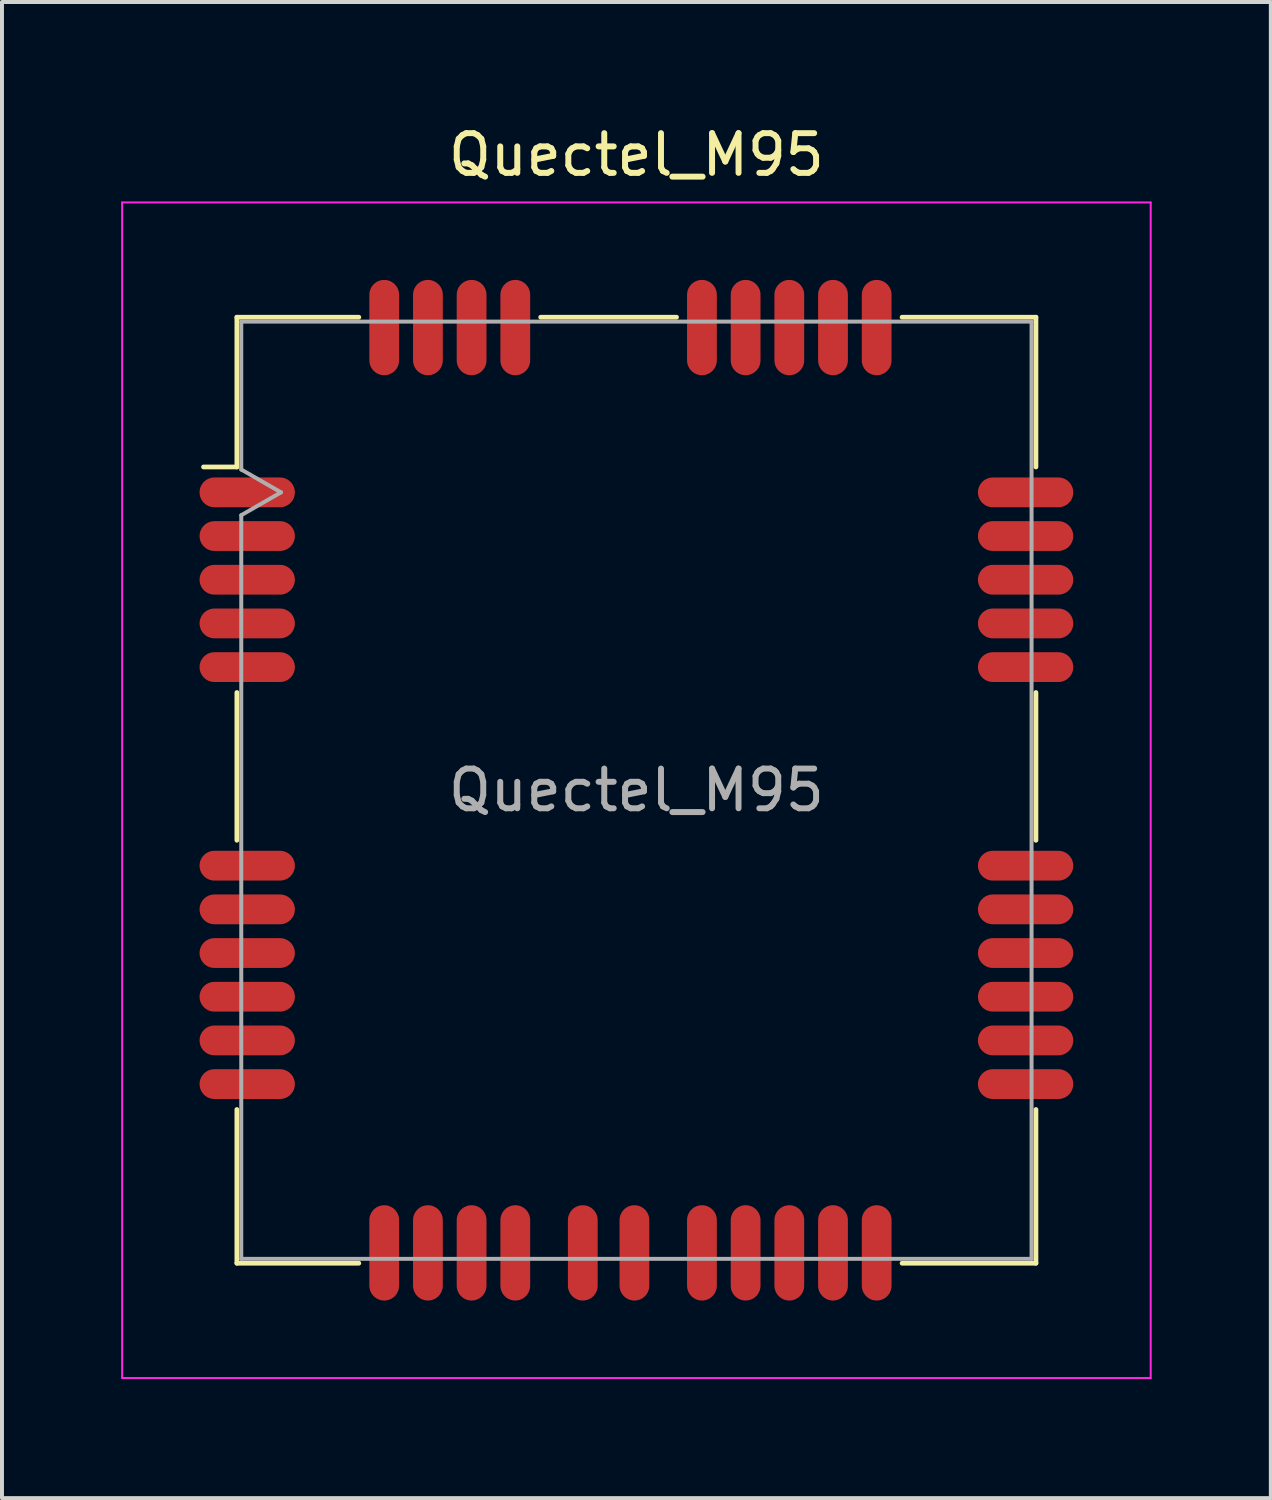
<source format=kicad_pcb>
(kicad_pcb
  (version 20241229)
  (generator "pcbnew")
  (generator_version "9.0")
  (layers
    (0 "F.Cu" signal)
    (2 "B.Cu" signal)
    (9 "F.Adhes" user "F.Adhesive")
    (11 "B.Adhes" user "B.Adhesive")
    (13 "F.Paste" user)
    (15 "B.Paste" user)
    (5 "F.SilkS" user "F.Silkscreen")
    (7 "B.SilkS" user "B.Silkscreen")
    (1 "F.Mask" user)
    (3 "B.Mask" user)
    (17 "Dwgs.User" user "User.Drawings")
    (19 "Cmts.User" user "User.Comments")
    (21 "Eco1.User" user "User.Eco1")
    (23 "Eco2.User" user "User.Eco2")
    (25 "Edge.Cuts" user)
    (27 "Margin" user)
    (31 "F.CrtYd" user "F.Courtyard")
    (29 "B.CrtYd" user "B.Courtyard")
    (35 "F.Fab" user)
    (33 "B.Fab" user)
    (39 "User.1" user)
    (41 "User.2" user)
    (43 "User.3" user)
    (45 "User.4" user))
  (footprint "Quectel_M95"
    (layer "F.Cu")
    (at 12.975 16.848)
    (property "Reference" "Quectel_M95" (at 0 -16 0) (layer "F.SilkS") (effects (font (size 1 1) (thickness 0.15))))
    (attr smd)
    (fp_line (start -10.06 -11.91) (end -6.99 -11.91) (stroke (width 0.12) (type solid)) (layer "F.SilkS"))
    (fp_line (start -10.06 -8.14) (end -10.9 -8.14) (stroke (width 0.12) (type solid)) (layer "F.SilkS"))
    (fp_line (start -10.06 -8.14) (end -10.06 -11.91) (stroke (width 0.12) (type solid)) (layer "F.SilkS"))
    (fp_line (start -10.06 -2.46) (end -10.06 1.26) (stroke (width 0.12) (type solid)) (layer "F.SilkS"))
    (fp_line (start -10.06 11.91) (end -10.06 8.04) (stroke (width 0.12) (type solid)) (layer "F.SilkS"))
    (fp_line (start -10.06 11.91) (end -6.99 11.91) (stroke (width 0.12) (type solid)) (layer "F.SilkS"))
    (fp_line (start -2.41 -11.91) (end 1.01 -11.91) (stroke (width 0.12) (type solid)) (layer "F.SilkS"))
    (fp_line (start 6.69 -11.91) (end 10.06 -11.91) (stroke (width 0.12) (type solid)) (layer "F.SilkS"))
    (fp_line (start 6.69 11.91) (end 10.06 11.91) (stroke (width 0.12) (type solid)) (layer "F.SilkS"))
    (fp_line (start 10.06 -8.14) (end 10.06 -11.91) (stroke (width 0.12) (type solid)) (layer "F.SilkS"))
    (fp_line (start 10.06 -2.46) (end 10.06 1.26) (stroke (width 0.12) (type solid)) (layer "F.SilkS"))
    (fp_line (start 10.06 11.91) (end 10.06 8.04) (stroke (width 0.12) (type solid)) (layer "F.SilkS"))
    (fp_line (start -12.95 -14.8) (end -12.95 14.8) (stroke (width 0.05) (type solid)) (layer "F.CrtYd"))
    (fp_line (start -12.95 -14.8) (end 12.95 -14.8) (stroke (width 0.05) (type solid)) (layer "F.CrtYd"))
    (fp_line (start -12.95 14.8) (end 12.95 14.8) (stroke (width 0.05) (type solid)) (layer "F.CrtYd"))
    (fp_line (start 12.95 -14.8) (end 12.95 14.8) (stroke (width 0.05) (type solid)) (layer "F.CrtYd"))
    (fp_line (start -9.95 -11.8) (end -9.95 -8.075) (stroke (width 0.1) (type solid)) (layer "F.Fab"))
    (fp_line (start -9.95 -11.8) (end 9.95 -11.8) (stroke (width 0.1) (type solid)) (layer "F.Fab"))
    (fp_line (start -9.95 -8.075) (end -8.95 -7.5) (stroke (width 0.1) (type solid)) (layer "F.Fab"))
    (fp_line (start -9.95 -6.925) (end -9.95 11.8) (stroke (width 0.1) (type solid)) (layer "F.Fab"))
    (fp_line (start -8.95 -7.5) (end -9.95 -6.925) (stroke (width 0.1) (type solid)) (layer "F.Fab"))
    (fp_line (start 9.95 -11.8) (end 9.95 11.8) (stroke (width 0.1) (type solid)) (layer "F.Fab"))
    (fp_line (start 9.95 11.8) (end -9.95 11.8) (stroke (width 0.1) (type solid)) (layer "F.Fab"))
    (fp_text user "${REFERENCE}" (at 0 0 0) (layer "F.Fab") (effects (font (size 1 1) (thickness 0.15))))
    (pad "" smd oval (at -10.1 -7.5) (size 2.8 0.675) (layers "F.Paste"))
    (pad "" smd oval (at -10.1 -6.4) (size 2.8 0.675) (layers "F.Paste"))
    (pad "" smd oval (at -10.1 -5.3) (size 2.8 0.675) (layers "F.Paste"))
    (pad "" smd oval (at -10.1 -4.2) (size 2.8 0.675) (layers "F.Paste"))
    (pad "" smd oval (at -10.1 -3.1) (size 2.8 0.675) (layers "F.Paste"))
    (pad "" smd oval (at -10.1 1.9) (size 2.8 0.675) (layers "F.Paste"))
    (pad "" smd oval (at -10.1 3) (size 2.8 0.675) (layers "F.Paste"))
    (pad "" smd oval (at -10.1 4.1) (size 2.8 0.675) (layers "F.Paste"))
    (pad "" smd oval (at -10.1 5.2) (size 2.8 0.675) (layers "F.Paste"))
    (pad "" smd oval (at -10.1 6.3) (size 2.8 0.675) (layers "F.Paste"))
    (pad "" smd oval (at -10.1 7.4) (size 2.8 0.675) (layers "F.Paste"))
    (pad "" smd oval (at -6.35 -11.95) (size 0.675 2.8) (layers "F.Paste"))
    (pad "" smd oval (at -6.35 11.95) (size 0.675 2.8) (layers "F.Paste"))
    (pad "" smd oval (at -5.25 -11.95) (size 0.675 2.8) (layers "F.Paste"))
    (pad "" smd oval (at -5.25 11.95) (size 0.675 2.8) (layers "F.Paste"))
    (pad "" smd oval (at -4.15 -11.95) (size 0.675 2.8) (layers "F.Paste"))
    (pad "" smd oval (at -4.15 11.95) (size 0.675 2.8) (layers "F.Paste"))
    (pad "" smd oval (at -3.05 -11.95) (size 0.675 2.8) (layers "F.Paste"))
    (pad "" smd oval (at -3.05 11.95) (size 0.675 2.8) (layers "F.Paste"))
    (pad "" smd oval (at -1.35 11.95) (size 0.675 2.8) (layers "F.Paste"))
    (pad "" smd oval (at -0.05 11.95) (size 0.675 2.8) (layers "F.Paste"))
    (pad "" smd oval (at 1.65 -11.95) (size 0.675 2.8) (layers "F.Paste"))
    (pad "" smd oval (at 1.65 11.95) (size 0.675 2.8) (layers "F.Paste"))
    (pad "" smd oval (at 2.75 -11.95) (size 0.675 2.8) (layers "F.Paste"))
    (pad "" smd oval (at 2.75 11.95) (size 0.675 2.8) (layers "F.Paste"))
    (pad "" smd oval (at 3.85 -11.95) (size 0.675 2.8) (layers "F.Paste"))
    (pad "" smd oval (at 3.85 11.95) (size 0.675 2.8) (layers "F.Paste"))
    (pad "" smd oval (at 4.95 -11.95) (size 0.675 2.8) (layers "F.Paste"))
    (pad "" smd oval (at 4.95 11.95) (size 0.675 2.8) (layers "F.Paste"))
    (pad "" smd oval (at 6.05 -11.95) (size 0.675 2.8) (layers "F.Paste"))
    (pad "" smd oval (at 6.05 11.95) (size 0.675 2.8) (layers "F.Paste"))
    (pad "" smd oval (at 10.1 -7.5) (size 2.8 0.675) (layers "F.Paste"))
    (pad "" smd oval (at 10.1 -6.4) (size 2.8 0.675) (layers "F.Paste"))
    (pad "" smd oval (at 10.1 -5.3) (size 2.8 0.675) (layers "F.Paste"))
    (pad "" smd oval (at 10.1 -4.2) (size 2.8 0.675) (layers "F.Paste"))
    (pad "" smd oval (at 10.1 -3.1) (size 2.8 0.675) (layers "F.Paste"))
    (pad "" smd oval (at 10.1 1.9) (size 2.8 0.675) (layers "F.Paste"))
    (pad "" smd oval (at 10.1 3) (size 2.8 0.675) (layers "F.Paste"))
    (pad "" smd oval (at 10.1 4.1) (size 2.8 0.675) (layers "F.Paste"))
    (pad "" smd oval (at 10.1 5.2) (size 2.8 0.675) (layers "F.Paste"))
    (pad "" smd oval (at 10.1 6.3) (size 2.8 0.675) (layers "F.Paste"))
    (pad "" smd oval (at 10.1 7.4) (size 2.8 0.675) (layers "F.Paste"))
    (pad "1" smd oval (at -9.8 -7.5) (size 2.4 0.75) (layers "F.Cu" "F.Mask"))
    (pad "2" smd oval (at -9.8 -6.4) (size 2.4 0.75) (layers "F.Cu" "F.Mask"))
    (pad "3" smd oval (at -9.8 -5.3) (size 2.4 0.75) (layers "F.Cu" "F.Mask"))
    (pad "4" smd oval (at -9.8 -4.2) (size 2.4 0.75) (layers "F.Cu" "F.Mask"))
    (pad "5" smd oval (at -9.8 -3.1) (size 2.4 0.75) (layers "F.Cu" "F.Mask"))
    (pad "6" smd oval (at -9.8 1.9) (size 2.4 0.75) (layers "F.Cu" "F.Mask"))
    (pad "7" smd oval (at -9.8 3) (size 2.4 0.75) (layers "F.Cu" "F.Mask"))
    (pad "8" smd oval (at -9.8 4.1) (size 2.4 0.75) (layers "F.Cu" "F.Mask"))
    (pad "9" smd oval (at -9.8 5.2) (size 2.4 0.75) (layers "F.Cu" "F.Mask"))
    (pad "10" smd oval (at -9.8 6.3) (size 2.4 0.75) (layers "F.Cu" "F.Mask"))
    (pad "11" smd oval (at -9.8 7.4) (size 2.4 0.75) (layers "F.Cu" "F.Mask"))
    (pad "12" smd oval (at -6.35 11.65) (size 0.75 2.4) (layers "F.Cu" "F.Mask"))
    (pad "13" smd oval (at -5.25 11.65) (size 0.75 2.4) (layers "F.Cu" "F.Mask"))
    (pad "14" smd oval (at -4.15 11.65) (size 0.75 2.4) (layers "F.Cu" "F.Mask"))
    (pad "15" smd oval (at -3.05 11.65) (size 0.75 2.4) (layers "F.Cu" "F.Mask"))
    (pad "16" smd oval (at 1.65 11.65) (size 0.75 2.4) (layers "F.Cu" "F.Mask"))
    (pad "17" smd oval (at 2.75 11.65) (size 0.75 2.4) (layers "F.Cu" "F.Mask"))
    (pad "18" smd oval (at 3.85 11.65) (size 0.75 2.4) (layers "F.Cu" "F.Mask"))
    (pad "19" smd oval (at 4.95 11.65) (size 0.75 2.4) (layers "F.Cu" "F.Mask"))
    (pad "20" smd oval (at 6.05 11.65) (size 0.75 2.4) (layers "F.Cu" "F.Mask"))
    (pad "21" smd oval (at 9.8 7.4) (size 2.4 0.75) (layers "F.Cu" "F.Mask"))
    (pad "22" smd oval (at 9.8 6.3) (size 2.4 0.75) (layers "F.Cu" "F.Mask"))
    (pad "23" smd oval (at 9.8 5.2) (size 2.4 0.75) (layers "F.Cu" "F.Mask"))
    (pad "24" smd oval (at 9.8 4.1) (size 2.4 0.75) (layers "F.Cu" "F.Mask"))
    (pad "25" smd oval (at 9.8 3) (size 2.4 0.75) (layers "F.Cu" "F.Mask"))
    (pad "26" smd oval (at 9.8 1.9) (size 2.4 0.75) (layers "F.Cu" "F.Mask"))
    (pad "27" smd oval (at 9.8 -3.1) (size 2.4 0.75) (layers "F.Cu" "F.Mask"))
    (pad "28" smd oval (at 9.8 -4.2) (size 2.4 0.75) (layers "F.Cu" "F.Mask"))
    (pad "29" smd oval (at 9.8 -5.3) (size 2.4 0.75) (layers "F.Cu" "F.Mask"))
    (pad "30" smd oval (at 9.8 -6.4) (size 2.4 0.75) (layers "F.Cu" "F.Mask"))
    (pad "31" smd oval (at 9.8 -7.5) (size 2.4 0.75) (layers "F.Cu" "F.Mask"))
    (pad "32" smd oval (at 6.05 -11.65) (size 0.75 2.4) (layers "F.Cu" "F.Mask"))
    (pad "33" smd oval (at 4.95 -11.65) (size 0.75 2.4) (layers "F.Cu" "F.Mask"))
    (pad "34" smd oval (at 3.85 -11.65) (size 0.75 2.4) (layers "F.Cu" "F.Mask"))
    (pad "35" smd oval (at 2.75 -11.65) (size 0.75 2.4) (layers "F.Cu" "F.Mask"))
    (pad "36" smd oval (at 1.65 -11.65) (size 0.75 2.4) (layers "F.Cu" "F.Mask"))
    (pad "37" smd oval (at -3.05 -11.65) (size 0.75 2.4) (layers "F.Cu" "F.Mask"))
    (pad "38" smd oval (at -4.15 -11.65) (size 0.75 2.4) (layers "F.Cu" "F.Mask"))
    (pad "39" smd oval (at -5.25 -11.65) (size 0.75 2.4) (layers "F.Cu" "F.Mask"))
    (pad "40" smd oval (at -6.35 -11.65) (size 0.75 2.4) (layers "F.Cu" "F.Mask"))
    (pad "41" smd oval (at -1.35 11.65) (size 0.75 2.4) (layers "F.Cu" "F.Mask"))
    (pad "42" smd oval (at -0.05 11.65) (size 0.75 2.4) (layers "F.Cu" "F.Mask")))
  (gr_rect
    (start -3 -3)
    (end 28.95 34.673)
    (stroke (width 0.1) (type default))
    (fill no)
    (layer "Edge.Cuts")))
</source>
